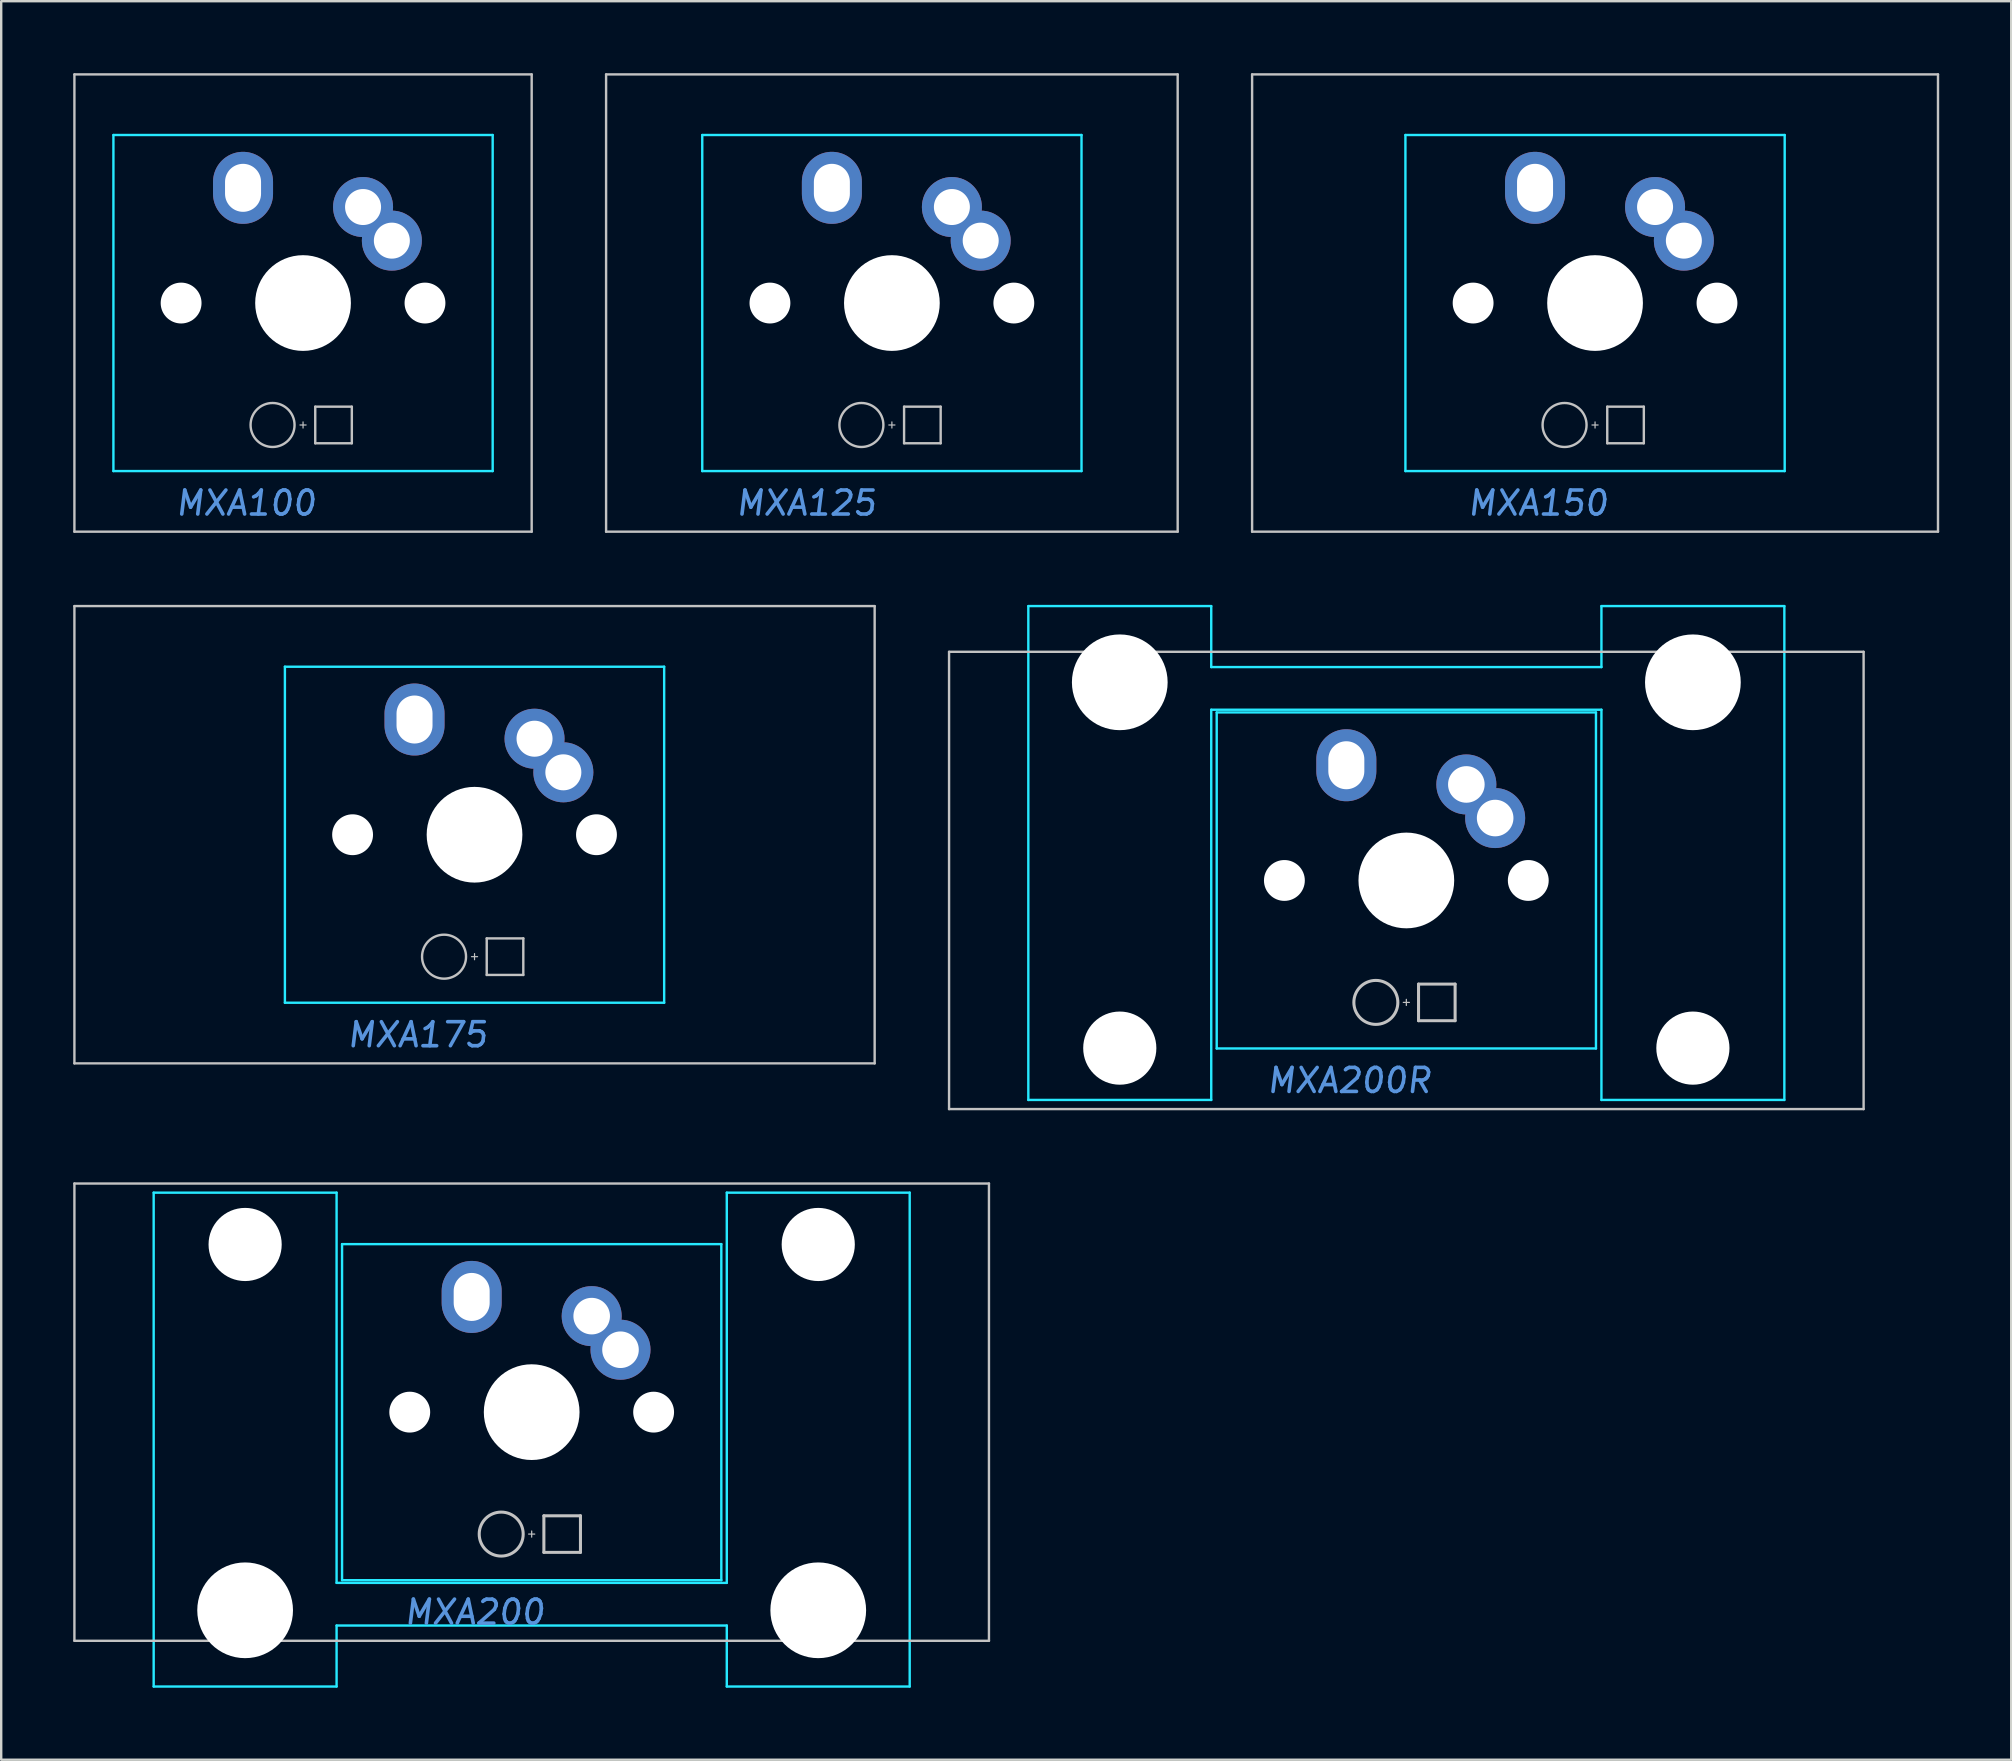
<source format=kicad_pcb>
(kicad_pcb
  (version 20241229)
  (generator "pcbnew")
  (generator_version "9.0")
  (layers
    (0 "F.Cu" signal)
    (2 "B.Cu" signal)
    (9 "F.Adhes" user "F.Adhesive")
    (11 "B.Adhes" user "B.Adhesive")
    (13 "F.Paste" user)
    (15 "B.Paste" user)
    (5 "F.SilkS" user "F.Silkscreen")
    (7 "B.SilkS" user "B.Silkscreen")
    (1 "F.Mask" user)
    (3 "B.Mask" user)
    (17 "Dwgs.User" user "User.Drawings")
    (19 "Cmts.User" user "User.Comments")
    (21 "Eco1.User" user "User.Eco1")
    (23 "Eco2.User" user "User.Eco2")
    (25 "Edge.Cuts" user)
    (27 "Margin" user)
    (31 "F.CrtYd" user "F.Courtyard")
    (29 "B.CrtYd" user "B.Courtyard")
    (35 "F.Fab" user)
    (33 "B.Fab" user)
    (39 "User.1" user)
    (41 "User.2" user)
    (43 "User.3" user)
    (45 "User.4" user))
  (footprint "MXA100"
    (layer "F.Cu")
    (at 9.575 9.575)
    (property "Reference" "MXA100" (at -2.381 8.334 0) (layer "Cmts.User") (effects (font (size 1 1) (thickness 0.15) (italic yes))))
    (attr through_hole)
    (fp_line (start -9.525 -9.525) (end 9.525 -9.525) (stroke (width 0.1) (type solid)) (layer "Dwgs.User"))
    (fp_line (start -9.525 9.525) (end -9.525 -9.525) (stroke (width 0.1) (type solid)) (layer "Dwgs.User"))
    (fp_line (start -0.127 5.08) (end 0.127 5.08) (stroke (width 0.05) (type solid)) (layer "Dwgs.User"))
    (fp_line (start 0 4.953) (end 0 5.207) (stroke (width 0.05) (type solid)) (layer "Dwgs.User"))
    (fp_line (start 0.508 4.318) (end 0.508 5.842) (stroke (width 0.1) (type solid)) (layer "Dwgs.User"))
    (fp_line (start 0.508 4.318) (end 2.032 4.318) (stroke (width 0.1) (type solid)) (layer "Dwgs.User"))
    (fp_line (start 2.032 5.842) (end 0.508 5.842) (stroke (width 0.1) (type solid)) (layer "Dwgs.User"))
    (fp_line (start 2.032 5.842) (end 2.032 4.318) (stroke (width 0.1) (type solid)) (layer "Dwgs.User"))
    (fp_line (start 9.525 -9.525) (end 9.525 9.525) (stroke (width 0.1) (type solid)) (layer "Dwgs.User"))
    (fp_line (start 9.525 9.525) (end -9.525 9.525) (stroke (width 0.1) (type solid)) (layer "Dwgs.User"))
    (fp_circle (center -1.27 5.08) (end -0.354 5.08) (stroke (width 0.1) (type solid)) (fill no) (layer "Dwgs.User"))
    (fp_line (start -7.9 -7) (end 7.9 -7) (stroke (width 0.1) (type solid)) (layer "B.CrtYd"))
    (fp_line (start -7.9 7) (end -7.9 -7) (stroke (width 0.1) (type solid)) (layer "B.CrtYd"))
    (fp_line (start -7.9 7) (end 7.9 7) (stroke (width 0.1) (type solid)) (layer "B.CrtYd"))
    (fp_line (start 7.9 7) (end 7.9 -7) (stroke (width 0.1) (type solid)) (layer "B.CrtYd"))
    (pad "" np_thru_hole circle (at -5.08 0) (size 1.702 1.702) (drill 1.702) (layers "*.Cu" "*.Mask"))
    (pad "" np_thru_hole circle (at 0 0) (size 3.988 3.988) (drill 3.988) (layers "*.Cu" "*.Mask"))
    (pad "" np_thru_hole circle (at 5.08 0) (size 1.702 1.702) (drill 1.702) (layers "*.Cu" "*.Mask"))
    (pad "1" thru_hole oval (at -2.5 -4.8) (size 2.5 3) (drill oval 1.5 2) (layers "*.Cu" "*.Mask"))
    (pad "2" thru_hole circle (at 2.5 -4 45) (size 2.5 2.5) (drill 1.5) (layers "*.Cu" "*.Mask"))
    (pad "2" thru_hole circle (at 3.7 -2.6 45) (size 2.5 2.5) (drill 1.5) (layers "*.Cu" "*.Mask")))
  (footprint "MXA200"
    (layer "F.Cu")
    (at 19.1 55.78)
    (property "Reference" "MXA200" (at -2.381 8.334 0) (layer "Cmts.User") (effects (font (size 1 1) (thickness 0.15) (italic yes))))
    (attr through_hole)
    (fp_line (start -19.05 -9.525) (end -19.05 9.525) (stroke (width 0.1) (type solid)) (layer "Dwgs.User"))
    (fp_line (start -19.05 -9.525) (end 19.05 -9.525) (stroke (width 0.1) (type solid)) (layer "Dwgs.User"))
    (fp_line (start -19.05 9.525) (end 19.05 9.525) (stroke (width 0.1) (type solid)) (layer "Dwgs.User"))
    (fp_line (start -0.127 5.08) (end 0.127 5.08) (stroke (width 0.051) (type solid)) (layer "Dwgs.User"))
    (fp_line (start 0 4.953) (end 0 5.207) (stroke (width 0.051) (type solid)) (layer "Dwgs.User"))
    (fp_line (start 0.508 4.318) (end 0.508 5.842) (stroke (width 0.127) (type solid)) (layer "Dwgs.User"))
    (fp_line (start 0.508 4.318) (end 2.032 4.318) (stroke (width 0.127) (type solid)) (layer "Dwgs.User"))
    (fp_line (start 0.508 5.842) (end 2.032 5.842) (stroke (width 0.127) (type solid)) (layer "Dwgs.User"))
    (fp_line (start 2.032 5.842) (end 2.032 4.318) (stroke (width 0.127) (type solid)) (layer "Dwgs.User"))
    (fp_line (start 19.05 -9.525) (end 19.05 9.525) (stroke (width 0.1) (type solid)) (layer "Dwgs.User"))
    (fp_circle (center -1.27 5.08) (end -0.354 5.08) (stroke (width 0.127) (type solid)) (fill no) (layer "Dwgs.User"))
    (fp_line (start -15.748 -9.144) (end -8.128 -9.144) (stroke (width 0.1) (type solid)) (layer "B.CrtYd"))
    (fp_line (start -15.748 11.43) (end -15.748 -9.144) (stroke (width 0.1) (type solid)) (layer "B.CrtYd"))
    (fp_line (start -8.128 -9.144) (end -8.128 7.112) (stroke (width 0.1) (type solid)) (layer "B.CrtYd"))
    (fp_line (start -8.128 7.112) (end 8.128 7.112) (stroke (width 0.1) (type solid)) (layer "B.CrtYd"))
    (fp_line (start -8.128 8.89) (end 8.128 8.89) (stroke (width 0.1) (type solid)) (layer "B.CrtYd"))
    (fp_line (start -8.128 11.43) (end -15.748 11.43) (stroke (width 0.1) (type solid)) (layer "B.CrtYd"))
    (fp_line (start -8.128 11.43) (end -8.128 8.89) (stroke (width 0.1) (type solid)) (layer "B.CrtYd"))
    (fp_line (start -7.9 -7) (end 7.9 -7) (stroke (width 0.1) (type solid)) (layer "B.CrtYd"))
    (fp_line (start -7.9 7) (end -7.9 -7) (stroke (width 0.1) (type solid)) (layer "B.CrtYd"))
    (fp_line (start -7.9 7) (end 7.9 7) (stroke (width 0.1) (type solid)) (layer "B.CrtYd"))
    (fp_line (start 7.9 7) (end 7.9 -7) (stroke (width 0.1) (type solid)) (layer "B.CrtYd"))
    (fp_line (start 8.128 -9.144) (end 8.128 7.112) (stroke (width 0.1) (type solid)) (layer "B.CrtYd"))
    (fp_line (start 8.128 -9.144) (end 15.748 -9.144) (stroke (width 0.1) (type solid)) (layer "B.CrtYd"))
    (fp_line (start 8.128 11.43) (end 8.128 8.89) (stroke (width 0.1) (type solid)) (layer "B.CrtYd"))
    (fp_line (start 15.748 -9.144) (end 15.748 11.43) (stroke (width 0.1) (type solid)) (layer "B.CrtYd"))
    (fp_line (start 15.748 11.43) (end 8.128 11.43) (stroke (width 0.1) (type solid)) (layer "B.CrtYd"))
    (pad "" np_thru_hole circle (at -11.938 -6.985 180) (size 3.048 3.048) (drill 3.048) (layers "*.Cu" "*.Mask"))
    (pad "" np_thru_hole circle (at -11.938 8.255 180) (size 3.988 3.988) (drill 3.988) (layers "*.Cu" "*.Mask"))
    (pad "" np_thru_hole circle (at -5.08 0) (size 1.702 1.702) (drill 1.702) (layers "*.Cu" "*.Mask"))
    (pad "" np_thru_hole circle (at 0 0) (size 3.988 3.988) (drill 3.988) (layers "*.Cu" "*.Mask"))
    (pad "" np_thru_hole circle (at 5.08 0) (size 1.702 1.702) (drill 1.702) (layers "*.Cu" "*.Mask"))
    (pad "" np_thru_hole circle (at 11.938 -6.985 180) (size 3.048 3.048) (drill 3.048) (layers "*.Cu" "*.Mask"))
    (pad "" np_thru_hole circle (at 11.938 8.255 180) (size 3.988 3.988) (drill 3.988) (layers "*.Cu" "*.Mask"))
    (pad "1" thru_hole oval (at -2.5 -4.8) (size 2.5 3) (drill oval 1.5 2) (layers "*.Cu" "*.Mask"))
    (pad "2" thru_hole circle (at 2.5 -4) (size 2.5 2.5) (drill 1.524) (layers "*.Cu" "*.Mask"))
    (pad "2" thru_hole circle (at 3.7 -2.6) (size 2.5 2.5) (drill 1.524) (layers "*.Cu" "*.Mask")))
  (footprint "MXA175"
    (layer "F.Cu")
    (at 16.719 31.725)
    (property "Reference" "MXA175" (at -2.381 8.334 0) (layer "Cmts.User") (effects (font (size 1 1) (thickness 0.15) (italic yes))))
    (attr through_hole)
    (fp_line (start -16.669 9.525) (end -16.669 -9.525) (stroke (width 0.1) (type solid)) (layer "Dwgs.User"))
    (fp_line (start -0.127 5.08) (end 0.127 5.08) (stroke (width 0.05) (type solid)) (layer "Dwgs.User"))
    (fp_line (start 0 4.953) (end 0 5.207) (stroke (width 0.05) (type solid)) (layer "Dwgs.User"))
    (fp_line (start 0.508 4.318) (end 0.508 5.842) (stroke (width 0.1) (type solid)) (layer "Dwgs.User"))
    (fp_line (start 0.508 4.318) (end 2.032 4.318) (stroke (width 0.1) (type solid)) (layer "Dwgs.User"))
    (fp_line (start 2.032 5.842) (end 0.508 5.842) (stroke (width 0.1) (type solid)) (layer "Dwgs.User"))
    (fp_line (start 2.032 5.842) (end 2.032 4.318) (stroke (width 0.1) (type solid)) (layer "Dwgs.User"))
    (fp_line (start 16.669 -9.525) (end -16.669 -9.525) (stroke (width 0.1) (type solid)) (layer "Dwgs.User"))
    (fp_line (start 16.669 -9.525) (end 16.669 9.525) (stroke (width 0.1) (type solid)) (layer "Dwgs.User"))
    (fp_line (start 16.669 9.525) (end -16.669 9.525) (stroke (width 0.1) (type solid)) (layer "Dwgs.User"))
    (fp_circle (center -1.27 5.08) (end -0.354 5.08) (stroke (width 0.1) (type solid)) (fill no) (layer "Dwgs.User"))
    (fp_line (start -7.9 -7) (end 7.9 -7) (stroke (width 0.1) (type solid)) (layer "B.CrtYd"))
    (fp_line (start -7.9 7) (end -7.9 -7) (stroke (width 0.1) (type solid)) (layer "B.CrtYd"))
    (fp_line (start -7.9 7) (end 7.9 7) (stroke (width 0.1) (type solid)) (layer "B.CrtYd"))
    (fp_line (start 7.9 7) (end 7.9 -7) (stroke (width 0.1) (type solid)) (layer "B.CrtYd"))
    (pad "" np_thru_hole circle (at -5.08 0) (size 1.702 1.702) (drill 1.702) (layers "*.Cu" "*.Mask"))
    (pad "" np_thru_hole circle (at 0 0) (size 3.988 3.988) (drill 3.988) (layers "*.Cu" "*.Mask"))
    (pad "" np_thru_hole circle (at 5.08 0) (size 1.702 1.702) (drill 1.702) (layers "*.Cu" "*.Mask"))
    (pad "1" thru_hole oval (at -2.5 -4.8) (size 2.5 3) (drill oval 1.5 2) (layers "*.Cu" "*.Mask"))
    (pad "2" thru_hole circle (at 2.5 -4 45) (size 2.5 2.5) (drill 1.5) (layers "*.Cu" "*.Mask"))
    (pad "2" thru_hole circle (at 3.7 -2.6 45) (size 2.5 2.5) (drill 1.5) (layers "*.Cu" "*.Mask")))
  (footprint "MXA200R"
    (layer "F.Cu")
    (at 55.538 33.63)
    (property "Reference" "MXA200R" (at -2.381 8.334 0) (layer "Cmts.User") (effects (font (size 1 1) (thickness 0.15) (italic yes))))
    (attr through_hole)
    (fp_line (start -19.05 -9.525) (end -19.05 9.525) (stroke (width 0.1) (type solid)) (layer "Dwgs.User"))
    (fp_line (start -19.05 -9.525) (end 19.05 -9.525) (stroke (width 0.1) (type solid)) (layer "Dwgs.User"))
    (fp_line (start -19.05 9.525) (end 19.05 9.525) (stroke (width 0.1) (type solid)) (layer "Dwgs.User"))
    (fp_line (start -0.127 5.08) (end 0.127 5.08) (stroke (width 0.051) (type solid)) (layer "Dwgs.User"))
    (fp_line (start 0 4.953) (end 0 5.207) (stroke (width 0.051) (type solid)) (layer "Dwgs.User"))
    (fp_line (start 0.508 4.318) (end 0.508 5.842) (stroke (width 0.127) (type solid)) (layer "Dwgs.User"))
    (fp_line (start 0.508 4.318) (end 2.032 4.318) (stroke (width 0.127) (type solid)) (layer "Dwgs.User"))
    (fp_line (start 0.508 5.842) (end 2.032 5.842) (stroke (width 0.127) (type solid)) (layer "Dwgs.User"))
    (fp_line (start 2.032 5.842) (end 2.032 4.318) (stroke (width 0.127) (type solid)) (layer "Dwgs.User"))
    (fp_line (start 19.05 -9.525) (end 19.05 9.525) (stroke (width 0.1) (type solid)) (layer "Dwgs.User"))
    (fp_circle (center -1.27 5.08) (end -0.354 5.08) (stroke (width 0.127) (type solid)) (fill no) (layer "Dwgs.User"))
    (fp_line (start -15.748 -11.43) (end -8.128 -11.43) (stroke (width 0.1) (type solid)) (layer "B.CrtYd"))
    (fp_line (start -15.748 9.144) (end -15.748 -11.43) (stroke (width 0.1) (type solid)) (layer "B.CrtYd"))
    (fp_line (start -8.128 -11.43) (end -8.128 -8.89) (stroke (width 0.1) (type solid)) (layer "B.CrtYd"))
    (fp_line (start -8.128 9.144) (end -15.748 9.144) (stroke (width 0.1) (type solid)) (layer "B.CrtYd"))
    (fp_line (start -8.128 9.144) (end -8.128 -7.112) (stroke (width 0.1) (type solid)) (layer "B.CrtYd"))
    (fp_line (start -7.9 -7) (end 7.9 -7) (stroke (width 0.1) (type solid)) (layer "B.CrtYd"))
    (fp_line (start -7.9 7) (end -7.9 -7) (stroke (width 0.1) (type solid)) (layer "B.CrtYd"))
    (fp_line (start -7.9 7) (end 7.9 7) (stroke (width 0.1) (type solid)) (layer "B.CrtYd"))
    (fp_line (start 7.9 7) (end 7.9 -7) (stroke (width 0.1) (type solid)) (layer "B.CrtYd"))
    (fp_line (start 8.128 -11.43) (end 8.128 -8.89) (stroke (width 0.1) (type solid)) (layer "B.CrtYd"))
    (fp_line (start 8.128 -11.43) (end 15.748 -11.43) (stroke (width 0.1) (type solid)) (layer "B.CrtYd"))
    (fp_line (start 8.128 -8.89) (end -8.128 -8.89) (stroke (width 0.1) (type solid)) (layer "B.CrtYd"))
    (fp_line (start 8.128 -7.112) (end -8.128 -7.112) (stroke (width 0.1) (type solid)) (layer "B.CrtYd"))
    (fp_line (start 8.128 9.144) (end 8.128 -7.112) (stroke (width 0.1) (type solid)) (layer "B.CrtYd"))
    (fp_line (start 15.748 -11.43) (end 15.748 9.144) (stroke (width 0.1) (type solid)) (layer "B.CrtYd"))
    (fp_line (start 15.748 9.144) (end 8.128 9.144) (stroke (width 0.1) (type solid)) (layer "B.CrtYd"))
    (pad "" np_thru_hole circle (at -11.938 -8.255) (size 3.988 3.988) (drill 3.988) (layers "*.Cu" "*.Mask"))
    (pad "" np_thru_hole circle (at -11.938 6.985) (size 3.048 3.048) (drill 3.048) (layers "*.Cu" "*.Mask"))
    (pad "" np_thru_hole circle (at -5.08 0) (size 1.702 1.702) (drill 1.702) (layers "*.Cu" "*.Mask"))
    (pad "" np_thru_hole circle (at 0 0) (size 3.988 3.988) (drill 3.988) (layers "*.Cu" "*.Mask"))
    (pad "" np_thru_hole circle (at 5.08 0) (size 1.702 1.702) (drill 1.702) (layers "*.Cu" "*.Mask"))
    (pad "" np_thru_hole circle (at 11.938 -8.255) (size 3.988 3.988) (drill 3.988) (layers "*.Cu" "*.Mask"))
    (pad "" np_thru_hole circle (at 11.938 6.985) (size 3.048 3.048) (drill 3.048) (layers "*.Cu" "*.Mask"))
    (pad "1" thru_hole oval (at -2.5 -4.8) (size 2.5 3) (drill oval 1.5 2) (layers "*.Cu" "*.Mask"))
    (pad "2" thru_hole circle (at 2.5 -4) (size 2.5 2.5) (drill 1.524) (layers "*.Cu" "*.Mask"))
    (pad "2" thru_hole circle (at 3.7 -2.6) (size 2.5 2.5) (drill 1.524) (layers "*.Cu" "*.Mask")))
  (footprint "MXA125"
    (layer "F.Cu")
    (at 34.106 9.575)
    (property "Reference" "MXA125" (at -3.572 8.334 0) (layer "Cmts.User") (effects (font (size 1 1) (thickness 0.15) (italic yes))))
    (attr through_hole)
    (fp_line (start -11.906 -9.525) (end 11.906 -9.525) (stroke (width 0.1) (type solid)) (layer "Dwgs.User"))
    (fp_line (start -11.906 9.525) (end -11.906 -9.525) (stroke (width 0.1) (type solid)) (layer "Dwgs.User"))
    (fp_line (start -0.127 5.08) (end 0.127 5.08) (stroke (width 0.05) (type solid)) (layer "Dwgs.User"))
    (fp_line (start 0 4.953) (end 0 5.207) (stroke (width 0.05) (type solid)) (layer "Dwgs.User"))
    (fp_line (start 0.508 4.318) (end 0.508 5.842) (stroke (width 0.1) (type solid)) (layer "Dwgs.User"))
    (fp_line (start 0.508 4.318) (end 2.032 4.318) (stroke (width 0.1) (type solid)) (layer "Dwgs.User"))
    (fp_line (start 2.032 5.842) (end 0.508 5.842) (stroke (width 0.1) (type solid)) (layer "Dwgs.User"))
    (fp_line (start 2.032 5.842) (end 2.032 4.318) (stroke (width 0.1) (type solid)) (layer "Dwgs.User"))
    (fp_line (start 11.906 -9.525) (end 11.906 9.525) (stroke (width 0.1) (type solid)) (layer "Dwgs.User"))
    (fp_line (start 11.906 9.525) (end -11.906 9.525) (stroke (width 0.1) (type solid)) (layer "Dwgs.User"))
    (fp_circle (center -1.27 5.08) (end -0.354 5.08) (stroke (width 0.1) (type solid)) (fill no) (layer "Dwgs.User"))
    (fp_line (start -7.9 -7) (end 7.9 -7) (stroke (width 0.1) (type solid)) (layer "B.CrtYd"))
    (fp_line (start -7.9 7) (end -7.9 -7) (stroke (width 0.1) (type solid)) (layer "B.CrtYd"))
    (fp_line (start -7.9 7) (end 7.9 7) (stroke (width 0.1) (type solid)) (layer "B.CrtYd"))
    (fp_line (start 7.9 7) (end 7.9 -7) (stroke (width 0.1) (type solid)) (layer "B.CrtYd"))
    (pad "" np_thru_hole circle (at -5.08 0) (size 1.702 1.702) (drill 1.702) (layers "*.Cu" "*.Mask"))
    (pad "" np_thru_hole circle (at 0 0) (size 3.988 3.988) (drill 3.988) (layers "*.Cu" "*.Mask"))
    (pad "" np_thru_hole circle (at 5.08 0) (size 1.702 1.702) (drill 1.702) (layers "*.Cu" "*.Mask"))
    (pad "1" thru_hole oval (at -2.5 -4.8) (size 2.5 3) (drill oval 1.5 2) (layers "*.Cu" "*.Mask"))
    (pad "2" thru_hole circle (at 2.5 -4 45) (size 2.5 2.5) (drill 1.5) (layers "*.Cu" "*.Mask"))
    (pad "2" thru_hole circle (at 3.7 -2.6 45) (size 2.5 2.5) (drill 1.5) (layers "*.Cu" "*.Mask")))
  (footprint "MXA150"
    (layer "F.Cu")
    (at 63.4 9.575)
    (property "Reference" "MXA150" (at -2.381 8.334 0) (layer "Cmts.User") (effects (font (size 1 1) (thickness 0.15) (italic yes))))
    (attr through_hole)
    (fp_line (start -14.287 9.525) (end -14.287 -9.525) (stroke (width 0.1) (type solid)) (layer "Dwgs.User"))
    (fp_line (start -0.127 5.08) (end 0.127 5.08) (stroke (width 0.05) (type solid)) (layer "Dwgs.User"))
    (fp_line (start 0 4.953) (end 0 5.207) (stroke (width 0.05) (type solid)) (layer "Dwgs.User"))
    (fp_line (start 0.508 4.318) (end 0.508 5.842) (stroke (width 0.1) (type solid)) (layer "Dwgs.User"))
    (fp_line (start 0.508 4.318) (end 2.032 4.318) (stroke (width 0.1) (type solid)) (layer "Dwgs.User"))
    (fp_line (start 2.032 5.842) (end 0.508 5.842) (stroke (width 0.1) (type solid)) (layer "Dwgs.User"))
    (fp_line (start 2.032 5.842) (end 2.032 4.318) (stroke (width 0.1) (type solid)) (layer "Dwgs.User"))
    (fp_line (start 14.287 -9.525) (end -14.287 -9.525) (stroke (width 0.1) (type solid)) (layer "Dwgs.User"))
    (fp_line (start 14.287 -9.525) (end 14.287 9.525) (stroke (width 0.1) (type solid)) (layer "Dwgs.User"))
    (fp_line (start 14.287 9.525) (end -14.287 9.525) (stroke (width 0.1) (type solid)) (layer "Dwgs.User"))
    (fp_circle (center -1.27 5.08) (end -0.354 5.08) (stroke (width 0.1) (type solid)) (fill no) (layer "Dwgs.User"))
    (fp_line (start -7.9 -7) (end 7.9 -7) (stroke (width 0.1) (type solid)) (layer "B.CrtYd"))
    (fp_line (start -7.9 7) (end -7.9 -7) (stroke (width 0.1) (type solid)) (layer "B.CrtYd"))
    (fp_line (start -7.9 7) (end 7.9 7) (stroke (width 0.1) (type solid)) (layer "B.CrtYd"))
    (fp_line (start 7.9 7) (end 7.9 -7) (stroke (width 0.1) (type solid)) (layer "B.CrtYd"))
    (pad "" np_thru_hole circle (at -5.08 0) (size 1.702 1.702) (drill 1.702) (layers "*.Cu" "*.Mask"))
    (pad "" np_thru_hole circle (at 0 0) (size 3.988 3.988) (drill 3.988) (layers "*.Cu" "*.Mask"))
    (pad "" np_thru_hole circle (at 5.08 0) (size 1.702 1.702) (drill 1.702) (layers "*.Cu" "*.Mask"))
    (pad "1" thru_hole oval (at -2.5 -4.8) (size 2.5 3) (drill oval 1.5 2) (layers "*.Cu" "*.Mask"))
    (pad "2" thru_hole circle (at 2.5 -4 45) (size 2.5 2.5) (drill 1.5) (layers "*.Cu" "*.Mask"))
    (pad "2" thru_hole circle (at 3.7 -2.6 45) (size 2.5 2.5) (drill 1.5) (layers "*.Cu" "*.Mask")))
  (gr_rect
    (start -3 -3)
    (end 80.737 70.26)
    (stroke (width 0.1) (type default))
    (fill no)
    (layer "Edge.Cuts")))
</source>
